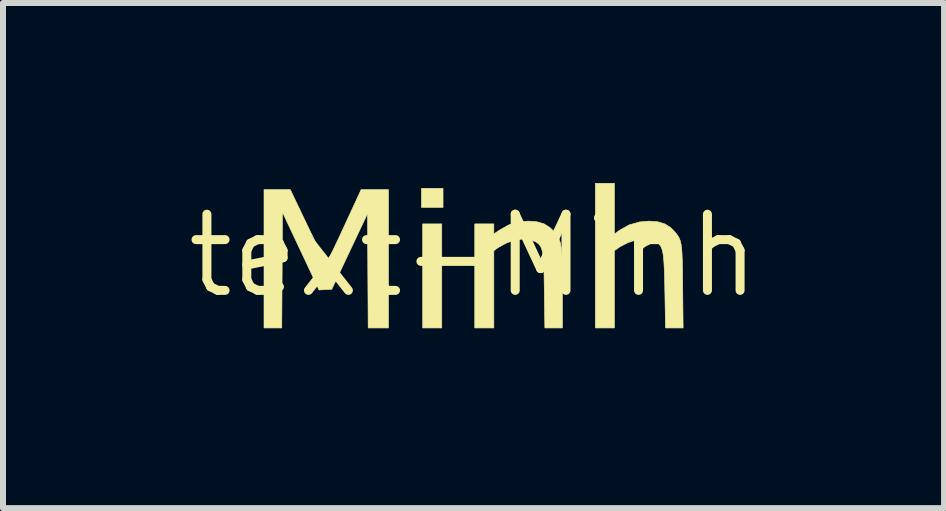
<source format=kicad_pcb>
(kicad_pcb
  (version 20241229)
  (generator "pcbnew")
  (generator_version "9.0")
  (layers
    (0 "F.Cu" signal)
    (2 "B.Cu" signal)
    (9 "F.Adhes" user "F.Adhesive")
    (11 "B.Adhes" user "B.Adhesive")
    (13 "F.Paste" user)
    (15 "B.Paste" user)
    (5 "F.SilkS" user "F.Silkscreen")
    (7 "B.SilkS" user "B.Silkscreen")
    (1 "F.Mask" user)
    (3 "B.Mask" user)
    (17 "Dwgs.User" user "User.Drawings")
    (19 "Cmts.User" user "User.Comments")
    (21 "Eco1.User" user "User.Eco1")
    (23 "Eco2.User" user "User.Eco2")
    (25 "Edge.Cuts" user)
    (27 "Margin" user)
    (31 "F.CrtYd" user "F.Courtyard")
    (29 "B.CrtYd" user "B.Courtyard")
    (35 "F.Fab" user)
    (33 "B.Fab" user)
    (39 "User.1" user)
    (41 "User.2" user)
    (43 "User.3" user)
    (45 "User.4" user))
  (footprint "text-Minh"
    (layer "F.Cu")
    (at 4.845 1.212)
    (property "Reference" "text-Minh" (at 0 0 0) (layer "F.SilkS") (effects (font (size 1.27 1.27) (thickness 0.15))))
    (attr through_hole)
    (fp_poly (pts (xy -0.529 1.206) (xy -0.847 1.206) (xy -0.847 -0.529) (xy -0.529 -0.529) (xy -0.529 1.206)) (stroke (width 0.01) (type solid)) (fill yes) (layer "F.SilkS"))
    (fp_poly (pts (xy -0.508 -0.804) (xy -0.868 -0.804) (xy -0.868 -1.122) (xy -0.508 -1.122) (xy -0.508 -0.804)) (stroke (width 0.01) (type solid)) (fill yes) (layer "F.SilkS"))
    (fp_poly (pts (xy -2.762 -0.487) (xy -2.69 -0.338) (xy -2.624 -0.202) (xy -2.566 -0.084) (xy -2.517 0.013) (xy -2.481 0.082) (xy -2.46 0.121) (xy -2.455 0.127) (xy -2.443 0.109) (xy -2.415 0.056) (xy -2.375 -0.026) (xy -2.323 -0.132) (xy -2.263 -0.259) (xy -2.196 -0.402) (xy -2.157 -0.487) (xy -1.873 -1.101) (xy -1.646 -1.101) (xy -1.418 -1.101) (xy -1.418 1.206) (xy -1.756 1.206) (xy -1.762 0.253) (xy -1.767 -0.701) (xy -2.363 0.561) (xy -2.469 0.567) (xy -2.575 0.573) (xy -2.88 -0.076) (xy -3.186 -0.725) (xy -3.191 0.241) (xy -3.197 1.206) (xy -3.493 1.206) (xy -3.493 -1.101) (xy -3.055 -1.101) (xy -2.762 -0.487)) (stroke (width 0.01) (type solid)) (fill yes) (layer "F.SilkS"))
    (fp_poly (pts (xy 1.058 -0.564) (xy 1.175 -0.53) (xy 1.274 -0.468) (xy 1.338 -0.407) (xy 1.375 -0.363) (xy 1.405 -0.319) (xy 1.429 -0.27) (xy 1.448 -0.211) (xy 1.461 -0.138) (xy 1.471 -0.045) (xy 1.477 0.072) (xy 1.48 0.218) (xy 1.481 0.398) (xy 1.482 0.554) (xy 1.482 1.206) (xy 1.19 1.206) (xy 1.181 0.587) (xy 1.178 0.39) (xy 1.174 0.231) (xy 1.169 0.105) (xy 1.16 0.007) (xy 1.149 -0.068) (xy 1.133 -0.123) (xy 1.113 -0.163) (xy 1.086 -0.194) (xy 1.053 -0.22) (xy 1.033 -0.232) (xy 0.935 -0.269) (xy 0.815 -0.277) (xy 0.684 -0.257) (xy 0.549 -0.21) (xy 0.42 -0.139) (xy 0.4 -0.126) (xy 0.339 -0.082) (xy 0.339 1.206) (xy 0.021 1.206) (xy 0.021 -0.529) (xy 0.339 -0.529) (xy 0.339 -0.361) (xy 0.436 -0.427) (xy 0.586 -0.511) (xy 0.737 -0.559) (xy 0.904 -0.575) (xy 0.913 -0.575) (xy 1.058 -0.564)) (stroke (width 0.01) (type solid)) (fill yes) (layer "F.SilkS"))
    (fp_poly (pts (xy 2.349 -0.36) (xy 2.436 -0.423) (xy 2.595 -0.512) (xy 2.771 -0.562) (xy 2.925 -0.575) (xy 3.073 -0.564) (xy 3.192 -0.528) (xy 3.29 -0.465) (xy 3.339 -0.415) (xy 3.376 -0.373) (xy 3.406 -0.334) (xy 3.429 -0.294) (xy 3.447 -0.248) (xy 3.461 -0.19) (xy 3.471 -0.117) (xy 3.477 -0.023) (xy 3.482 0.096) (xy 3.485 0.247) (xy 3.487 0.432) (xy 3.488 0.513) (xy 3.495 1.206) (xy 3.202 1.206) (xy 3.191 0.598) (xy 3.187 0.4) (xy 3.182 0.239) (xy 3.175 0.112) (xy 3.167 0.013) (xy 3.155 -0.062) (xy 3.139 -0.118) (xy 3.119 -0.16) (xy 3.093 -0.192) (xy 3.06 -0.219) (xy 3.048 -0.228) (xy 2.955 -0.267) (xy 2.84 -0.278) (xy 2.711 -0.261) (xy 2.578 -0.218) (xy 2.448 -0.151) (xy 2.411 -0.126) (xy 2.349 -0.082) (xy 2.349 1.206) (xy 2.032 1.206) (xy 2.032 -1.206) (xy 2.349 -1.206) (xy 2.349 -0.36)) (stroke (width 0.01) (type solid)) (fill yes) (layer "F.SilkS")))
  (gr_rect
    (start -3 -3)
    (end 12.691 5.423)
    (stroke (width 0.1) (type default))
    (fill no)
    (layer "Edge.Cuts")))
</source>
